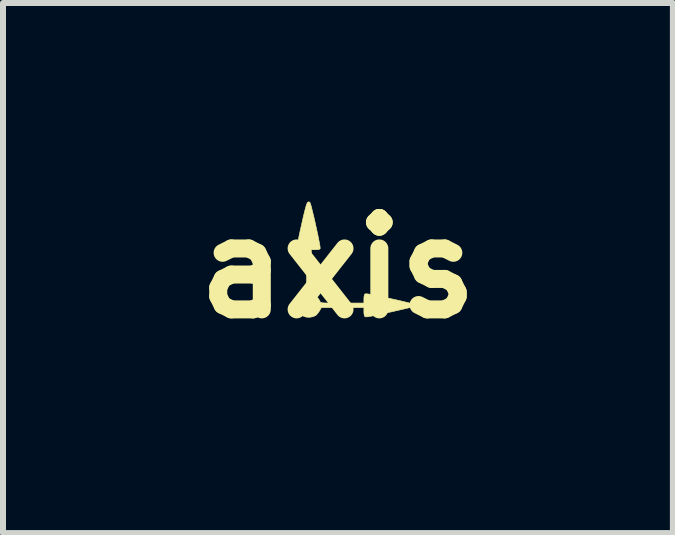
<source format=kicad_pcb>
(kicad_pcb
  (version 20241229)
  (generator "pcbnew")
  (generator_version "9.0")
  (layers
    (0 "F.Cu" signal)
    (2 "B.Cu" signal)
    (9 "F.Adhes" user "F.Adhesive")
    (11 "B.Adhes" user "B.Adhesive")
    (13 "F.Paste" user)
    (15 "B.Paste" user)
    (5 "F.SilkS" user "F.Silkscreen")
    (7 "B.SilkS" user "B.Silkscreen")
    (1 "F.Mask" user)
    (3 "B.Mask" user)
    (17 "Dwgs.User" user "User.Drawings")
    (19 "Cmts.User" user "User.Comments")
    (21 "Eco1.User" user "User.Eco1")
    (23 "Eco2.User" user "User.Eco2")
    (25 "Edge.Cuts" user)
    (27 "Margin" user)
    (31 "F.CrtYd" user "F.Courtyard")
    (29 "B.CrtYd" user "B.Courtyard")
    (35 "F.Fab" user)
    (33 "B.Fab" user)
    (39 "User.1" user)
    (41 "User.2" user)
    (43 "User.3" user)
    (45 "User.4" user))
  (footprint "axis"
    (layer "F.Cu")
    (at 2.584 1.418)
    (property "Reference" "axis" (at 0 0 0) (layer "F.SilkS") (effects (font (size 1.524 1.524) (thickness 0.3))))
    (attr through_hole)
    (fp_poly (pts (xy -0.466 -1.091) (xy -0.459 -1.072) (xy -0.447 -1.033) (xy -0.433 -0.977) (xy -0.416 -0.908) (xy -0.397 -0.83) (xy -0.378 -0.746) (xy -0.359 -0.66) (xy -0.341 -0.577) (xy -0.325 -0.499) (xy -0.312 -0.432) (xy -0.302 -0.377) (xy -0.297 -0.341) (xy -0.296 -0.325) (xy -0.308 -0.313) (xy -0.336 -0.306) (xy -0.374 -0.305) (xy -0.445 -0.305) (xy -0.445 0.429) (xy -0.406 0.445) (xy -0.365 0.471) (xy -0.327 0.509) (xy -0.301 0.551) (xy -0.298 0.559) (xy -0.295 0.566) (xy -0.289 0.572) (xy -0.277 0.576) (xy -0.256 0.58) (xy -0.224 0.582) (xy -0.177 0.583) (xy -0.113 0.584) (xy -0.03 0.584) (xy 0.071 0.584) (xy 0.432 0.584) (xy 0.432 0.516) (xy 0.435 0.468) (xy 0.445 0.438) (xy 0.449 0.433) (xy 0.46 0.43) (xy 0.483 0.43) (xy 0.519 0.435) (xy 0.571 0.444) (xy 0.642 0.458) (xy 0.733 0.478) (xy 0.837 0.501) (xy 0.931 0.522) (xy 1.017 0.541) (xy 1.091 0.559) (xy 1.152 0.573) (xy 1.195 0.584) (xy 1.217 0.59) (xy 1.22 0.591) (xy 1.23 0.609) (xy 1.23 0.635) (xy 1.219 0.653) (xy 1.216 0.654) (xy 1.2 0.659) (xy 1.162 0.668) (xy 1.107 0.681) (xy 1.036 0.697) (xy 0.953 0.716) (xy 0.861 0.737) (xy 0.833 0.743) (xy 0.721 0.768) (xy 0.632 0.787) (xy 0.563 0.801) (xy 0.512 0.81) (xy 0.477 0.814) (xy 0.457 0.814) (xy 0.449 0.811) (xy 0.438 0.788) (xy 0.432 0.746) (xy 0.432 0.729) (xy 0.432 0.66) (xy -0.277 0.66) (xy -0.307 0.713) (xy -0.333 0.751) (xy -0.362 0.784) (xy -0.371 0.791) (xy -0.414 0.811) (xy -0.47 0.821) (xy -0.526 0.819) (xy -0.566 0.808) (xy -0.621 0.772) (xy -0.658 0.722) (xy -0.678 0.664) (xy -0.681 0.604) (xy -0.667 0.546) (xy -0.635 0.495) (xy -0.585 0.456) (xy -0.572 0.45) (xy -0.52 0.427) (xy -0.524 0.064) (xy -0.527 -0.298) (xy -0.603 -0.305) (xy -0.646 -0.309) (xy -0.669 -0.316) (xy -0.679 -0.327) (xy -0.683 -0.343) (xy -0.681 -0.363) (xy -0.674 -0.405) (xy -0.662 -0.464) (xy -0.648 -0.538) (xy -0.63 -0.622) (xy -0.609 -0.714) (xy -0.606 -0.729) (xy -0.581 -0.84) (xy -0.56 -0.928) (xy -0.543 -0.995) (xy -0.529 -1.044) (xy -0.517 -1.076) (xy -0.508 -1.093) (xy -0.504 -1.097) (xy -0.482 -1.104) (xy -0.466 -1.091)) (stroke (width 0.01) (type solid)) (fill yes) (layer "F.SilkS")))
  (gr_rect
    (start -3 -3)
    (end 8.167 5.836)
    (stroke (width 0.1) (type default))
    (fill no)
    (layer "Edge.Cuts")))
</source>
